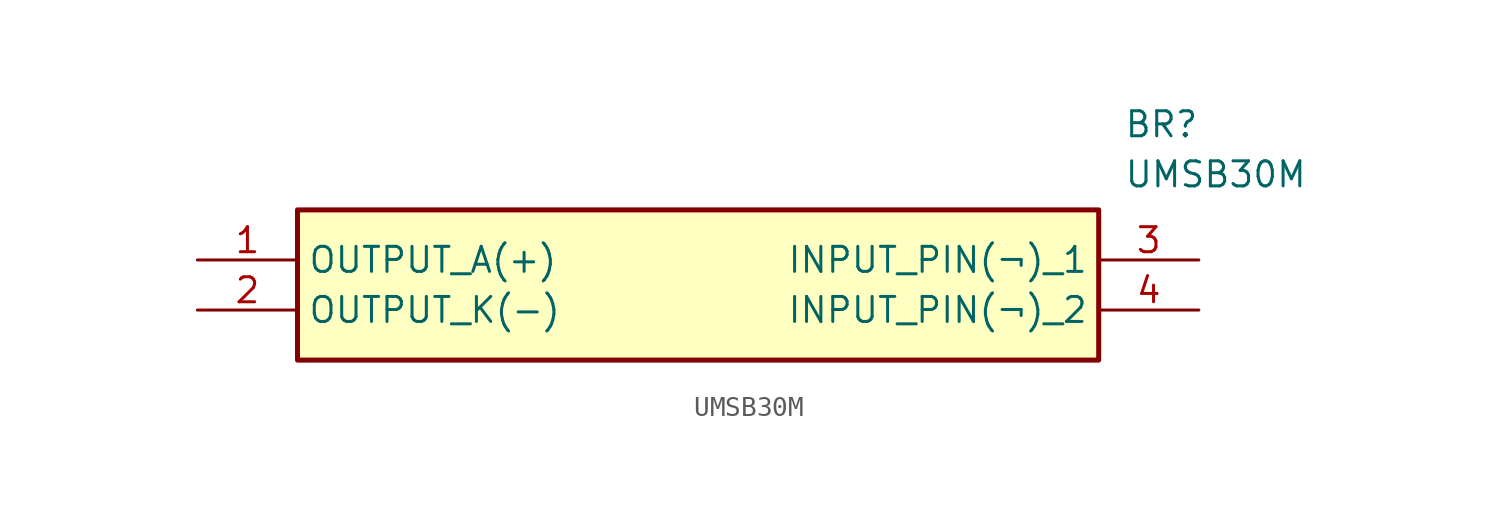
<source format=kicad_sym>
(kicad_symbol_lib
  (version 20211014)
  (generator SamacSys_ECAD_Model)
  (symbol "UMSB30M"
    (property "Reference" "BR"
      (at 46.99 7.62 0)
      (effects (font (size 1.27 1.27)) (justify left top)))
    (property "Value" "UMSB30M"
      (at 46.99 5.08 0)
      (effects (font (size 1.27 1.27)) (justify left top)))
    (rectangle
      (start 5.08 2.54)
      (end 45.72 -5.08)
      (stroke (width 0.254) (type default))
      (fill (type background)))
    (pin passive line
      (at 0 0 0)
      (length 5.08)
      (name "OUTPUT_A(+)" (effects (font (size 1.27 1.27))))
      (number "1" (effects (font (size 1.27 1.27)))))
    (pin passive line
      (at 0 -2.54 0)
      (length 5.08)
      (name "OUTPUT_K(-)" (effects (font (size 1.27 1.27))))
      (number "2" (effects (font (size 1.27 1.27)))))
    (pin passive line
      (at 50.8 0 180)
      (length 5.08)
      (name "INPUT_PIN(¬)_1" (effects (font (size 1.27 1.27))))
      (number "3" (effects (font (size 1.27 1.27)))))
    (pin passive line
      (at 50.8 -2.54 180)
      (length 5.08)
      (name "INPUT_PIN(¬)_2" (effects (font (size 1.27 1.27))))
      (number "4" (effects (font (size 1.27 1.27)))))))
</source>
